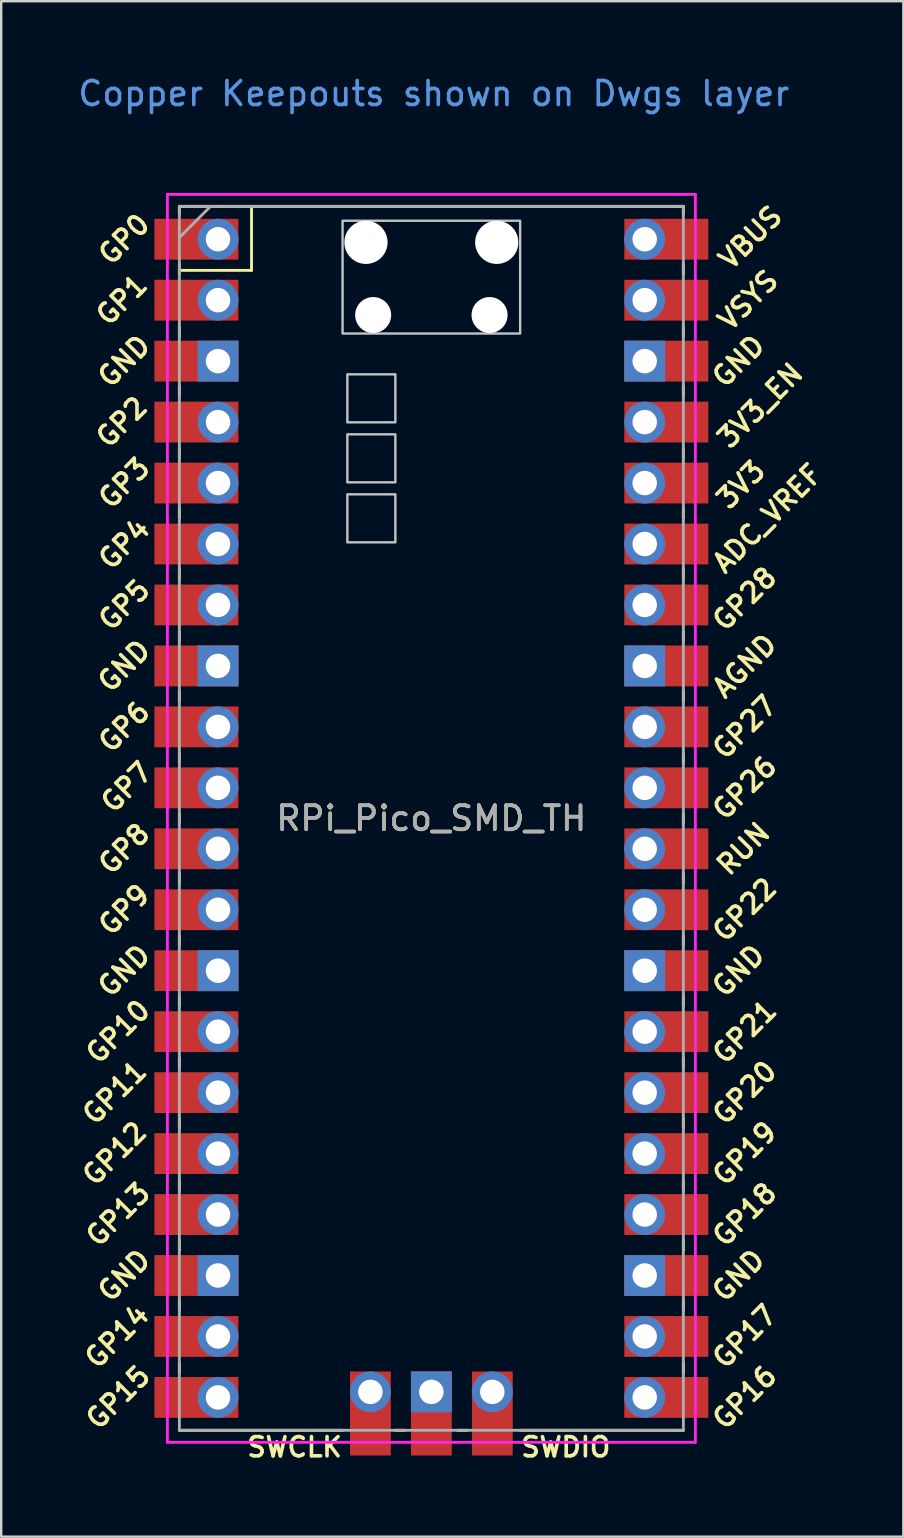
<source format=kicad_pcb>
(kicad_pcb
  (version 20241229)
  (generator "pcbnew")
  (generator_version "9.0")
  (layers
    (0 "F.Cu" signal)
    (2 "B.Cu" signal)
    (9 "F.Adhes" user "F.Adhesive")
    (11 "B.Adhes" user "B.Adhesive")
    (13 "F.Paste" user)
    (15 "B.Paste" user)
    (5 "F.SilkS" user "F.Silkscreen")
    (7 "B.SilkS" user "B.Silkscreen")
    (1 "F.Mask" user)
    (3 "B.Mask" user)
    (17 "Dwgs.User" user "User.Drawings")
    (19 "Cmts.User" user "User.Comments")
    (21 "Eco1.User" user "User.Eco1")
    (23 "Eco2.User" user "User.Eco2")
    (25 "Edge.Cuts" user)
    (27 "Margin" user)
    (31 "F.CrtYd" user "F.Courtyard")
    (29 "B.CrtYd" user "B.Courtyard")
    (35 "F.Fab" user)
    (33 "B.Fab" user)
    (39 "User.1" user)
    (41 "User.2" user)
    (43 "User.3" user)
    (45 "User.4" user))
  (footprint "RPi_Pico_SMD_TH"
    (layer "F.Cu")
    (at 14.924 31.048)
    (property "Reference" "RPi_Pico_SMD_TH" (at 0 0 0) (layer "F.SilkS") (effects (font (size 1 1) (thickness 0.15))))
    (attr through_hole)
    (fp_line (start -10.5 -25.5) (end -10.5 -25.2) (stroke (width 0.12) (type solid)) (layer "F.SilkS"))
    (fp_line (start -10.5 -25.5) (end 10.5 -25.5) (stroke (width 0.12) (type solid)) (layer "F.SilkS"))
    (fp_line (start -10.5 -23.1) (end -10.5 -22.7) (stroke (width 0.12) (type solid)) (layer "F.SilkS"))
    (fp_line (start -10.5 -22.833) (end -7.493 -22.833) (stroke (width 0.12) (type solid)) (layer "F.SilkS"))
    (fp_line (start -10.5 -20.5) (end -10.5 -20.1) (stroke (width 0.12) (type solid)) (layer "F.SilkS"))
    (fp_line (start -10.5 -18) (end -10.5 -17.6) (stroke (width 0.12) (type solid)) (layer "F.SilkS"))
    (fp_line (start -10.5 -15.4) (end -10.5 -15) (stroke (width 0.12) (type solid)) (layer "F.SilkS"))
    (fp_line (start -10.5 -12.9) (end -10.5 -12.5) (stroke (width 0.12) (type solid)) (layer "F.SilkS"))
    (fp_line (start -10.5 -10.4) (end -10.5 -10) (stroke (width 0.12) (type solid)) (layer "F.SilkS"))
    (fp_line (start -10.5 -7.8) (end -10.5 -7.4) (stroke (width 0.12) (type solid)) (layer "F.SilkS"))
    (fp_line (start -10.5 -5.3) (end -10.5 -4.9) (stroke (width 0.12) (type solid)) (layer "F.SilkS"))
    (fp_line (start -10.5 -2.7) (end -10.5 -2.3) (stroke (width 0.12) (type solid)) (layer "F.SilkS"))
    (fp_line (start -10.5 -0.2) (end -10.5 0.2) (stroke (width 0.12) (type solid)) (layer "F.SilkS"))
    (fp_line (start -10.5 2.3) (end -10.5 2.7) (stroke (width 0.12) (type solid)) (layer "F.SilkS"))
    (fp_line (start -10.5 4.9) (end -10.5 5.3) (stroke (width 0.12) (type solid)) (layer "F.SilkS"))
    (fp_line (start -10.5 7.4) (end -10.5 7.8) (stroke (width 0.12) (type solid)) (layer "F.SilkS"))
    (fp_line (start -10.5 10) (end -10.5 10.4) (stroke (width 0.12) (type solid)) (layer "F.SilkS"))
    (fp_line (start -10.5 12.5) (end -10.5 12.9) (stroke (width 0.12) (type solid)) (layer "F.SilkS"))
    (fp_line (start -10.5 15.1) (end -10.5 15.5) (stroke (width 0.12) (type solid)) (layer "F.SilkS"))
    (fp_line (start -10.5 17.6) (end -10.5 18) (stroke (width 0.12) (type solid)) (layer "F.SilkS"))
    (fp_line (start -10.5 20.1) (end -10.5 20.5) (stroke (width 0.12) (type solid)) (layer "F.SilkS"))
    (fp_line (start -10.5 22.7) (end -10.5 23.1) (stroke (width 0.12) (type solid)) (layer "F.SilkS"))
    (fp_line (start -7.493 -22.833) (end -7.493 -25.5) (stroke (width 0.12) (type solid)) (layer "F.SilkS"))
    (fp_line (start -3.7 25.5) (end -10.5 25.5) (stroke (width 0.12) (type solid)) (layer "F.SilkS"))
    (fp_line (start -1.5 25.5) (end -1.1 25.5) (stroke (width 0.12) (type solid)) (layer "F.SilkS"))
    (fp_line (start 1.1 25.5) (end 1.5 25.5) (stroke (width 0.12) (type solid)) (layer "F.SilkS"))
    (fp_line (start 10.5 -25.5) (end 10.5 -25.2) (stroke (width 0.12) (type solid)) (layer "F.SilkS"))
    (fp_line (start 10.5 -23.1) (end 10.5 -22.7) (stroke (width 0.12) (type solid)) (layer "F.SilkS"))
    (fp_line (start 10.5 -20.5) (end 10.5 -20.1) (stroke (width 0.12) (type solid)) (layer "F.SilkS"))
    (fp_line (start 10.5 -18) (end 10.5 -17.6) (stroke (width 0.12) (type solid)) (layer "F.SilkS"))
    (fp_line (start 10.5 -15.4) (end 10.5 -15) (stroke (width 0.12) (type solid)) (layer "F.SilkS"))
    (fp_line (start 10.5 -12.9) (end 10.5 -12.5) (stroke (width 0.12) (type solid)) (layer "F.SilkS"))
    (fp_line (start 10.5 -10.4) (end 10.5 -10) (stroke (width 0.12) (type solid)) (layer "F.SilkS"))
    (fp_line (start 10.5 -7.8) (end 10.5 -7.4) (stroke (width 0.12) (type solid)) (layer "F.SilkS"))
    (fp_line (start 10.5 -5.3) (end 10.5 -4.9) (stroke (width 0.12) (type solid)) (layer "F.SilkS"))
    (fp_line (start 10.5 -2.7) (end 10.5 -2.3) (stroke (width 0.12) (type solid)) (layer "F.SilkS"))
    (fp_line (start 10.5 -0.2) (end 10.5 0.2) (stroke (width 0.12) (type solid)) (layer "F.SilkS"))
    (fp_line (start 10.5 2.3) (end 10.5 2.7) (stroke (width 0.12) (type solid)) (layer "F.SilkS"))
    (fp_line (start 10.5 4.9) (end 10.5 5.3) (stroke (width 0.12) (type solid)) (layer "F.SilkS"))
    (fp_line (start 10.5 7.4) (end 10.5 7.8) (stroke (width 0.12) (type solid)) (layer "F.SilkS"))
    (fp_line (start 10.5 10) (end 10.5 10.4) (stroke (width 0.12) (type solid)) (layer "F.SilkS"))
    (fp_line (start 10.5 12.5) (end 10.5 12.9) (stroke (width 0.12) (type solid)) (layer "F.SilkS"))
    (fp_line (start 10.5 15.1) (end 10.5 15.5) (stroke (width 0.12) (type solid)) (layer "F.SilkS"))
    (fp_line (start 10.5 17.6) (end 10.5 18) (stroke (width 0.12) (type solid)) (layer "F.SilkS"))
    (fp_line (start 10.5 20.1) (end 10.5 20.5) (stroke (width 0.12) (type solid)) (layer "F.SilkS"))
    (fp_line (start 10.5 22.7) (end 10.5 23.1) (stroke (width 0.12) (type solid)) (layer "F.SilkS"))
    (fp_line (start 10.5 25.5) (end 3.7 25.5) (stroke (width 0.12) (type solid)) (layer "F.SilkS"))
    (fp_poly (pts (xy -1.5 -16.5) (xy -3.5 -16.5) (xy -3.5 -18.5) (xy -1.5 -18.5)) (stroke (width 0.1) (type solid)) (fill no) (layer "Dwgs.User"))
    (fp_poly (pts (xy -1.5 -14) (xy -3.5 -14) (xy -3.5 -16) (xy -1.5 -16)) (stroke (width 0.1) (type solid)) (fill no) (layer "Dwgs.User"))
    (fp_poly (pts (xy -1.5 -11.5) (xy -3.5 -11.5) (xy -3.5 -13.5) (xy -1.5 -13.5)) (stroke (width 0.1) (type solid)) (fill no) (layer "Dwgs.User"))
    (fp_poly (pts (xy 3.7 -20.2) (xy -3.7 -20.2) (xy -3.7 -24.9) (xy 3.7 -24.9)) (stroke (width 0.1) (type solid)) (fill no) (layer "Dwgs.User"))
    (fp_line (start -11 -26) (end 11 -26) (stroke (width 0.12) (type solid)) (layer "F.CrtYd"))
    (fp_line (start -11 26) (end -11 -26) (stroke (width 0.12) (type solid)) (layer "F.CrtYd"))
    (fp_line (start 11 -26) (end 11 26) (stroke (width 0.12) (type solid)) (layer "F.CrtYd"))
    (fp_line (start 11 26) (end -11 26) (stroke (width 0.12) (type solid)) (layer "F.CrtYd"))
    (fp_line (start -10.5 -25.5) (end 10.5 -25.5) (stroke (width 0.12) (type solid)) (layer "F.Fab"))
    (fp_line (start -10.5 -24.2) (end -9.2 -25.5) (stroke (width 0.12) (type solid)) (layer "F.Fab"))
    (fp_line (start -10.5 25.5) (end -10.5 -25.5) (stroke (width 0.12) (type solid)) (layer "F.Fab"))
    (fp_line (start 10.5 -25.5) (end 10.5 25.5) (stroke (width 0.12) (type solid)) (layer "F.Fab"))
    (fp_line (start 10.5 25.5) (end -10.5 25.5) (stroke (width 0.12) (type solid)) (layer "F.Fab"))
    (fp_text user "VSYS" (at 13.2 -21.59 45) (layer "F.SilkS") (effects (font (size 0.8 0.8) (thickness 0.15))))
    (fp_text user "GND" (at 12.8 6.35 45) (layer "F.SilkS") (effects (font (size 0.8 0.8) (thickness 0.15))))
    (fp_text user "SWCLK" (at -5.7 26.2 0) (layer "F.SilkS") (effects (font (size 0.8 0.8) (thickness 0.15))))
    (fp_text user "GP9" (at -12.8 3.81 45) (layer "F.SilkS") (effects (font (size 0.8 0.8) (thickness 0.15))))
    (fp_text user "GP12" (at -13.2 13.97 45) (layer "F.SilkS") (effects (font (size 0.8 0.8) (thickness 0.15))))
    (fp_text user "AGND" (at 13.054 -6.35 45) (layer "F.SilkS") (effects (font (size 0.8 0.8) (thickness 0.15))))
    (fp_text user "GP16" (at 13.054 24.13 45) (layer "F.SilkS") (effects (font (size 0.8 0.8) (thickness 0.15))))
    (fp_text user "GND" (at -12.8 -6.35 45) (layer "F.SilkS") (effects (font (size 0.8 0.8) (thickness 0.15))))
    (fp_text user "GND" (at 12.8 -19.05 45) (layer "F.SilkS") (effects (font (size 0.8 0.8) (thickness 0.15))))
    (fp_text user "GND" (at -12.8 -19.05 45) (layer "F.SilkS") (effects (font (size 0.8 0.8) (thickness 0.15))))
    (fp_text user "3V3_EN" (at 13.7 -17.2 45) (layer "F.SilkS") (effects (font (size 0.8 0.8) (thickness 0.15))))
    (fp_text user "GP26" (at 13.054 -1.27 45) (layer "F.SilkS") (effects (font (size 0.8 0.8) (thickness 0.15))))
    (fp_text user "GP3" (at -12.8 -13.97 45) (layer "F.SilkS") (effects (font (size 0.8 0.8) (thickness 0.15))))
    (fp_text user "SWDIO" (at 5.6 26.2 0) (layer "F.SilkS") (effects (font (size 0.8 0.8) (thickness 0.15))))
    (fp_text user "GP27" (at 13.054 -3.8 45) (layer "F.SilkS") (effects (font (size 0.8 0.8) (thickness 0.15))))
    (fp_text user "GP22" (at 13.054 3.81 45) (layer "F.SilkS") (effects (font (size 0.8 0.8) (thickness 0.15))))
    (fp_text user "ADC_VREF" (at 14 -12.5 45) (layer "F.SilkS") (effects (font (size 0.8 0.8) (thickness 0.15))))
    (fp_text user "GP0" (at -12.8 -24.13 45) (layer "F.SilkS") (effects (font (size 0.8 0.8) (thickness 0.15))))
    (fp_text user "GP21" (at 13.054 8.9 45) (layer "F.SilkS") (effects (font (size 0.8 0.8) (thickness 0.15))))
    (fp_text user "VBUS" (at 13.3 -24.2 45) (layer "F.SilkS") (effects (font (size 0.8 0.8) (thickness 0.15))))
    (fp_text user "GP7" (at -12.7 -1.3 45) (layer "F.SilkS") (effects (font (size 0.8 0.8) (thickness 0.15))))
    (fp_text user "GP28" (at 13.054 -9.144 45) (layer "F.SilkS") (effects (font (size 0.8 0.8) (thickness 0.15))))
    (fp_text user "GP1" (at -12.9 -21.6 45) (layer "F.SilkS") (effects (font (size 0.8 0.8) (thickness 0.15))))
    (fp_text user "GP4" (at -12.8 -11.43 45) (layer "F.SilkS") (effects (font (size 0.8 0.8) (thickness 0.15))))
    (fp_text user "RUN" (at 13 1.27 45) (layer "F.SilkS") (effects (font (size 0.8 0.8) (thickness 0.15))))
    (fp_text user "GP15" (at -13.054 24.13 45) (layer "F.SilkS") (effects (font (size 0.8 0.8) (thickness 0.15))))
    (fp_text user "GP2" (at -12.9 -16.51 45) (layer "F.SilkS") (effects (font (size 0.8 0.8) (thickness 0.15))))
    (fp_text user "GP11" (at -13.2 11.43 45) (layer "F.SilkS") (effects (font (size 0.8 0.8) (thickness 0.15))))
    (fp_text user "GP14" (at -13.1 21.59 45) (layer "F.SilkS") (effects (font (size 0.8 0.8) (thickness 0.15))))
    (fp_text user "GP6" (at -12.8 -3.81 45) (layer "F.SilkS") (effects (font (size 0.8 0.8) (thickness 0.15))))
    (fp_text user "GP10" (at -13.054 8.89 45) (layer "F.SilkS") (effects (font (size 0.8 0.8) (thickness 0.15))))
    (fp_text user "3V3" (at 12.9 -13.9 45) (layer "F.SilkS") (effects (font (size 0.8 0.8) (thickness 0.15))))
    (fp_text user "GP8" (at -12.8 1.27 45) (layer "F.SilkS") (effects (font (size 0.8 0.8) (thickness 0.15))))
    (fp_text user "GP5" (at -12.8 -8.89 45) (layer "F.SilkS") (effects (font (size 0.8 0.8) (thickness 0.15))))
    (fp_text user "GP19" (at 13.054 13.97 45) (layer "F.SilkS") (effects (font (size 0.8 0.8) (thickness 0.15))))
    (fp_text user "GND" (at -12.8 6.35 45) (layer "F.SilkS") (effects (font (size 0.8 0.8) (thickness 0.15))))
    (fp_text user "GP13" (at -13.054 16.51 45) (layer "F.SilkS") (effects (font (size 0.8 0.8) (thickness 0.15))))
    (fp_text user "GND" (at 12.8 19.05 45) (layer "F.SilkS") (effects (font (size 0.8 0.8) (thickness 0.15))))
    (fp_text user "GND" (at -12.8 19.05 45) (layer "F.SilkS") (effects (font (size 0.8 0.8) (thickness 0.15))))
    (fp_text user "GP17" (at 13.054 21.59 45) (layer "F.SilkS") (effects (font (size 0.8 0.8) (thickness 0.15))))
    (fp_text user "GP18" (at 13.054 16.51 45) (layer "F.SilkS") (effects (font (size 0.8 0.8) (thickness 0.15))))
    (fp_text user "GP20" (at 13.054 11.43 45) (layer "F.SilkS") (effects (font (size 0.8 0.8) (thickness 0.15))))
    (fp_text user "Copper Keepouts shown on Dwgs layer" (at 0.1 -30.2 0) (layer "Cmts.User") (effects (font (size 1 1) (thickness 0.15))))
    (fp_text user "${REFERENCE}" (at 0 0 180) (layer "F.Fab") (effects (font (size 1 1) (thickness 0.15))))
    (pad "" np_thru_hole oval (at -2.725 -24) (size 1.8 1.8) (drill 1.8) (layers "*.Cu" "*.Mask"))
    (pad "" np_thru_hole oval (at -2.425 -20.97) (size 1.5 1.5) (drill 1.5) (layers "*.Cu" "*.Mask"))
    (pad "" np_thru_hole oval (at 2.425 -20.97) (size 1.5 1.5) (drill 1.5) (layers "*.Cu" "*.Mask"))
    (pad "" np_thru_hole oval (at 2.725 -24) (size 1.8 1.8) (drill 1.8) (layers "*.Cu" "*.Mask"))
    (pad "1" thru_hole oval (at -8.89 -24.13) (size 1.7 1.7) (drill 1.02) (layers "*.Cu" "*.Mask"))
    (pad "1" smd rect (at -8.89 -24.13) (size 3.5 1.7) (drill (offset -0.9 0)) (layers "F.Cu" "F.Mask"))
    (pad "2" thru_hole oval (at -8.89 -21.59) (size 1.7 1.7) (drill 1.02) (layers "*.Cu" "*.Mask"))
    (pad "2" smd rect (at -8.89 -21.59) (size 3.5 1.7) (drill (offset -0.9 0)) (layers "F.Cu" "F.Mask"))
    (pad "3" thru_hole rect (at -8.89 -19.05) (size 1.7 1.7) (drill 1.02) (layers "*.Cu" "*.Mask"))
    (pad "3" smd rect (at -8.89 -19.05) (size 3.5 1.7) (drill (offset -0.9 0)) (layers "F.Cu" "F.Mask"))
    (pad "4" thru_hole oval (at -8.89 -16.51) (size 1.7 1.7) (drill 1.02) (layers "*.Cu" "*.Mask"))
    (pad "4" smd rect (at -8.89 -16.51) (size 3.5 1.7) (drill (offset -0.9 0)) (layers "F.Cu" "F.Mask"))
    (pad "5" thru_hole oval (at -8.89 -13.97) (size 1.7 1.7) (drill 1.02) (layers "*.Cu" "*.Mask"))
    (pad "5" smd rect (at -8.89 -13.97) (size 3.5 1.7) (drill (offset -0.9 0)) (layers "F.Cu" "F.Mask"))
    (pad "6" thru_hole oval (at -8.89 -11.43) (size 1.7 1.7) (drill 1.02) (layers "*.Cu" "*.Mask"))
    (pad "6" smd rect (at -8.89 -11.43) (size 3.5 1.7) (drill (offset -0.9 0)) (layers "F.Cu" "F.Mask"))
    (pad "7" thru_hole oval (at -8.89 -8.89) (size 1.7 1.7) (drill 1.02) (layers "*.Cu" "*.Mask"))
    (pad "7" smd rect (at -8.89 -8.89) (size 3.5 1.7) (drill (offset -0.9 0)) (layers "F.Cu" "F.Mask"))
    (pad "8" thru_hole rect (at -8.89 -6.35) (size 1.7 1.7) (drill 1.02) (layers "*.Cu" "*.Mask"))
    (pad "8" smd rect (at -8.89 -6.35) (size 3.5 1.7) (drill (offset -0.9 0)) (layers "F.Cu" "F.Mask"))
    (pad "9" thru_hole oval (at -8.89 -3.81) (size 1.7 1.7) (drill 1.02) (layers "*.Cu" "*.Mask"))
    (pad "9" smd rect (at -8.89 -3.81) (size 3.5 1.7) (drill (offset -0.9 0)) (layers "F.Cu" "F.Mask"))
    (pad "10" thru_hole oval (at -8.89 -1.27) (size 1.7 1.7) (drill 1.02) (layers "*.Cu" "*.Mask"))
    (pad "10" smd rect (at -8.89 -1.27) (size 3.5 1.7) (drill (offset -0.9 0)) (layers "F.Cu" "F.Mask"))
    (pad "11" thru_hole oval (at -8.89 1.27) (size 1.7 1.7) (drill 1.02) (layers "*.Cu" "*.Mask"))
    (pad "11" smd rect (at -8.89 1.27) (size 3.5 1.7) (drill (offset -0.9 0)) (layers "F.Cu" "F.Mask"))
    (pad "12" thru_hole oval (at -8.89 3.81) (size 1.7 1.7) (drill 1.02) (layers "*.Cu" "*.Mask"))
    (pad "12" smd rect (at -8.89 3.81) (size 3.5 1.7) (drill (offset -0.9 0)) (layers "F.Cu" "F.Mask"))
    (pad "13" thru_hole rect (at -8.89 6.35) (size 1.7 1.7) (drill 1.02) (layers "*.Cu" "*.Mask"))
    (pad "13" smd rect (at -8.89 6.35) (size 3.5 1.7) (drill (offset -0.9 0)) (layers "F.Cu" "F.Mask"))
    (pad "14" thru_hole oval (at -8.89 8.89) (size 1.7 1.7) (drill 1.02) (layers "*.Cu" "*.Mask"))
    (pad "14" smd rect (at -8.89 8.89) (size 3.5 1.7) (drill (offset -0.9 0)) (layers "F.Cu" "F.Mask"))
    (pad "15" thru_hole oval (at -8.89 11.43) (size 1.7 1.7) (drill 1.02) (layers "*.Cu" "*.Mask"))
    (pad "15" smd rect (at -8.89 11.43) (size 3.5 1.7) (drill (offset -0.9 0)) (layers "F.Cu" "F.Mask"))
    (pad "16" thru_hole oval (at -8.89 13.97) (size 1.7 1.7) (drill 1.02) (layers "*.Cu" "*.Mask"))
    (pad "16" smd rect (at -8.89 13.97) (size 3.5 1.7) (drill (offset -0.9 0)) (layers "F.Cu" "F.Mask"))
    (pad "17" thru_hole oval (at -8.89 16.51) (size 1.7 1.7) (drill 1.02) (layers "*.Cu" "*.Mask"))
    (pad "17" smd rect (at -8.89 16.51) (size 3.5 1.7) (drill (offset -0.9 0)) (layers "F.Cu" "F.Mask"))
    (pad "18" thru_hole rect (at -8.89 19.05) (size 1.7 1.7) (drill 1.02) (layers "*.Cu" "*.Mask"))
    (pad "18" smd rect (at -8.89 19.05) (size 3.5 1.7) (drill (offset -0.9 0)) (layers "F.Cu" "F.Mask"))
    (pad "19" thru_hole oval (at -8.89 21.59) (size 1.7 1.7) (drill 1.02) (layers "*.Cu" "*.Mask"))
    (pad "19" smd rect (at -8.89 21.59) (size 3.5 1.7) (drill (offset -0.9 0)) (layers "F.Cu" "F.Mask"))
    (pad "20" thru_hole oval (at -8.89 24.13) (size 1.7 1.7) (drill 1.02) (layers "*.Cu" "*.Mask"))
    (pad "20" smd rect (at -8.89 24.13) (size 3.5 1.7) (drill (offset -0.9 0)) (layers "F.Cu" "F.Mask"))
    (pad "21" thru_hole oval (at 8.89 24.13) (size 1.7 1.7) (drill 1.02) (layers "*.Cu" "*.Mask"))
    (pad "21" smd rect (at 8.89 24.13) (size 3.5 1.7) (drill (offset 0.9 0)) (layers "F.Cu" "F.Mask"))
    (pad "22" thru_hole oval (at 8.89 21.59) (size 1.7 1.7) (drill 1.02) (layers "*.Cu" "*.Mask"))
    (pad "22" smd rect (at 8.89 21.59) (size 3.5 1.7) (drill (offset 0.9 0)) (layers "F.Cu" "F.Mask"))
    (pad "23" thru_hole rect (at 8.89 19.05) (size 1.7 1.7) (drill 1.02) (layers "*.Cu" "*.Mask"))
    (pad "23" smd rect (at 8.89 19.05) (size 3.5 1.7) (drill (offset 0.9 0)) (layers "F.Cu" "F.Mask"))
    (pad "24" thru_hole oval (at 8.89 16.51) (size 1.7 1.7) (drill 1.02) (layers "*.Cu" "*.Mask"))
    (pad "24" smd rect (at 8.89 16.51) (size 3.5 1.7) (drill (offset 0.9 0)) (layers "F.Cu" "F.Mask"))
    (pad "25" thru_hole oval (at 8.89 13.97) (size 1.7 1.7) (drill 1.02) (layers "*.Cu" "*.Mask"))
    (pad "25" smd rect (at 8.89 13.97) (size 3.5 1.7) (drill (offset 0.9 0)) (layers "F.Cu" "F.Mask"))
    (pad "26" thru_hole oval (at 8.89 11.43) (size 1.7 1.7) (drill 1.02) (layers "*.Cu" "*.Mask"))
    (pad "26" smd rect (at 8.89 11.43) (size 3.5 1.7) (drill (offset 0.9 0)) (layers "F.Cu" "F.Mask"))
    (pad "27" thru_hole oval (at 8.89 8.89) (size 1.7 1.7) (drill 1.02) (layers "*.Cu" "*.Mask"))
    (pad "27" smd rect (at 8.89 8.89) (size 3.5 1.7) (drill (offset 0.9 0)) (layers "F.Cu" "F.Mask"))
    (pad "28" thru_hole rect (at 8.89 6.35) (size 1.7 1.7) (drill 1.02) (layers "*.Cu" "*.Mask"))
    (pad "28" smd rect (at 8.89 6.35) (size 3.5 1.7) (drill (offset 0.9 0)) (layers "F.Cu" "F.Mask"))
    (pad "29" thru_hole oval (at 8.89 3.81) (size 1.7 1.7) (drill 1.02) (layers "*.Cu" "*.Mask"))
    (pad "29" smd rect (at 8.89 3.81) (size 3.5 1.7) (drill (offset 0.9 0)) (layers "F.Cu" "F.Mask"))
    (pad "30" thru_hole oval (at 8.89 1.27) (size 1.7 1.7) (drill 1.02) (layers "*.Cu" "*.Mask"))
    (pad "30" smd rect (at 8.89 1.27) (size 3.5 1.7) (drill (offset 0.9 0)) (layers "F.Cu" "F.Mask"))
    (pad "31" thru_hole oval (at 8.89 -1.27) (size 1.7 1.7) (drill 1.02) (layers "*.Cu" "*.Mask"))
    (pad "31" smd rect (at 8.89 -1.27) (size 3.5 1.7) (drill (offset 0.9 0)) (layers "F.Cu" "F.Mask"))
    (pad "32" thru_hole oval (at 8.89 -3.81) (size 1.7 1.7) (drill 1.02) (layers "*.Cu" "*.Mask"))
    (pad "32" smd rect (at 8.89 -3.81) (size 3.5 1.7) (drill (offset 0.9 0)) (layers "F.Cu" "F.Mask"))
    (pad "33" thru_hole rect (at 8.89 -6.35) (size 1.7 1.7) (drill 1.02) (layers "*.Cu" "*.Mask"))
    (pad "33" smd rect (at 8.89 -6.35) (size 3.5 1.7) (drill (offset 0.9 0)) (layers "F.Cu" "F.Mask"))
    (pad "34" thru_hole oval (at 8.89 -8.89) (size 1.7 1.7) (drill 1.02) (layers "*.Cu" "*.Mask"))
    (pad "34" smd rect (at 8.89 -8.89) (size 3.5 1.7) (drill (offset 0.9 0)) (layers "F.Cu" "F.Mask"))
    (pad "35" thru_hole oval (at 8.89 -11.43) (size 1.7 1.7) (drill 1.02) (layers "*.Cu" "*.Mask"))
    (pad "35" smd rect (at 8.89 -11.43) (size 3.5 1.7) (drill (offset 0.9 0)) (layers "F.Cu" "F.Mask"))
    (pad "36" thru_hole oval (at 8.89 -13.97) (size 1.7 1.7) (drill 1.02) (layers "*.Cu" "*.Mask"))
    (pad "36" smd rect (at 8.89 -13.97) (size 3.5 1.7) (drill (offset 0.9 0)) (layers "F.Cu" "F.Mask"))
    (pad "37" thru_hole oval (at 8.89 -16.51) (size 1.7 1.7) (drill 1.02) (layers "*.Cu" "*.Mask"))
    (pad "37" smd rect (at 8.89 -16.51) (size 3.5 1.7) (drill (offset 0.9 0)) (layers "F.Cu" "F.Mask"))
    (pad "38" thru_hole rect (at 8.89 -19.05) (size 1.7 1.7) (drill 1.02) (layers "*.Cu" "*.Mask"))
    (pad "38" smd rect (at 8.89 -19.05) (size 3.5 1.7) (drill (offset 0.9 0)) (layers "F.Cu" "F.Mask"))
    (pad "39" thru_hole oval (at 8.89 -21.59) (size 1.7 1.7) (drill 1.02) (layers "*.Cu" "*.Mask"))
    (pad "39" smd rect (at 8.89 -21.59) (size 3.5 1.7) (drill (offset 0.9 0)) (layers "F.Cu" "F.Mask"))
    (pad "40" thru_hole oval (at 8.89 -24.13) (size 1.7 1.7) (drill 1.02) (layers "*.Cu" "*.Mask"))
    (pad "40" smd rect (at 8.89 -24.13) (size 3.5 1.7) (drill (offset 0.9 0)) (layers "F.Cu" "F.Mask"))
    (pad "41" thru_hole oval (at -2.54 23.9) (size 1.7 1.7) (drill 1.02) (layers "*.Cu" "*.Mask"))
    (pad "41" smd rect (at -2.54 23.9 90) (size 3.5 1.7) (drill (offset -0.9 0)) (layers "F.Cu" "F.Mask"))
    (pad "42" thru_hole rect (at 0 23.9) (size 1.7 1.7) (drill 1.02) (layers "*.Cu" "*.Mask"))
    (pad "42" smd rect (at 0 23.9 90) (size 3.5 1.7) (drill (offset -0.9 0)) (layers "F.Cu" "F.Mask"))
    (pad "43" thru_hole oval (at 2.54 23.9) (size 1.7 1.7) (drill 1.02) (layers "*.Cu" "*.Mask"))
    (pad "43" smd rect (at 2.54 23.9 90) (size 3.5 1.7) (drill (offset -0.9 0)) (layers "F.Cu" "F.Mask")))
  (gr_rect
    (start -3 -3)
    (end 34.591 60.98)
    (stroke (width 0.1) (type default))
    (fill no)
    (layer "Edge.Cuts")))
</source>
